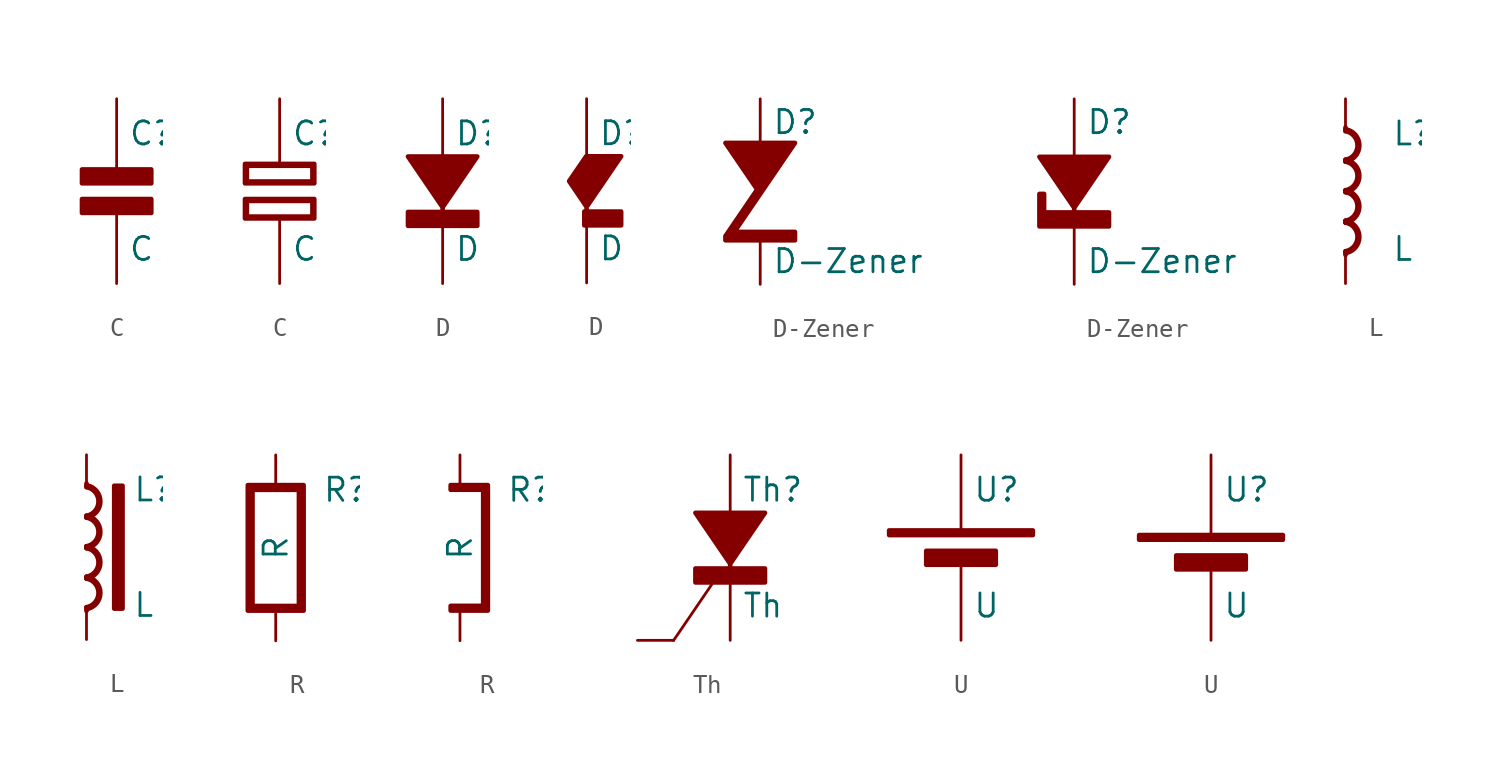
<source format=kicad_sym>
(kicad_symbol_lib
  (version 20211014)
  (generator kicad_symbol_editor)
  (symbol "C"
    (pin_numbers hide)
    (pin_names
      (offset 0) hide)
    (property "Reference" "C"
      (at 0.635 3.175 0)
      (effects (font (size 1.27 1.27)) (justify left)))
    (property "Value" "C"
      (at 0.635 -3.175 0)
      (effects (font (size 1.27 1.27)) (justify left)))
    (symbol "C_1_1"
      (rectangle (start -1.905 -0.432) (end 1.905 -1.194) (stroke (width 0.254) (type default) (color 0 0 0 0)) (fill (type outline)))
      (rectangle (start -1.905 1.194) (end 1.905 0.432) (stroke (width 0.254) (type default) (color 0 0 0 0)) (fill (type outline)))
      (pin passive line (at 0 5.08 270) (length 3.886) (name "+" (effects (font (size 1.27 1.27)))) (number "1" (effects (font (size 1.27 1.27)))))
      (pin passive line (at 0 -5.08 90) (length 3.886) (name "-" (effects (font (size 1.27 1.27)))) (number "2" (effects (font (size 1.27 1.27))))))
    (symbol "C_1_2"
      (polyline (pts (xy -1.905 -1.499) (xy 1.905 -1.499) (xy 1.905 -0.432) (xy -1.905 -0.432) (xy -1.905 -1.499) (xy -1.803 -1.397) (xy -1.803 -0.533) (xy 1.803 -0.533) (xy 1.803 -1.397) (xy -1.803 -1.397) (xy -1.905 -1.499)) (stroke (width 0.254) (type default) (color 0 0 0 0)) (fill (type outline)))
      (polyline (pts (xy -1.905 0.432) (xy 1.905 0.432) (xy 1.905 1.499) (xy -1.905 1.499) (xy -1.905 0.432) (xy -1.803 0.533) (xy -1.803 1.397) (xy 1.803 1.397) (xy 1.803 0.533) (xy -1.803 0.533) (xy -1.905 0.432)) (stroke (width 0.254) (type default) (color 0 0 0 0)) (fill (type outline)))
      (pin passive line (at 0 5.08 270) (length 3.581) (name "+" (effects (font (size 1.27 1.27)))) (number "1" (effects (font (size 1.27 1.27)))))
      (pin passive line (at 0 -5.08 90) (length 3.581) (name "-" (effects (font (size 1.27 1.27)))) (number "2" (effects (font (size 1.27 1.27)))))))
  (symbol "D"
    (pin_numbers hide)
    (pin_names
      (offset 0) hide)
    (property "Reference" "D"
      (at 0.635 3.175 0)
      (effects (font (size 1.27 1.27)) (justify left)))
    (property "Value" "D"
      (at 0.635 -3.175 0)
      (effects (font (size 1.27 1.27)) (justify left)))
    (symbol "D_1_0"
      (pin passive line (at 0 -5.08 90) (length 3.175) (name "K-" (effects (font (size 1.27 1.27)))) (number "1" (effects (font (size 1.27 1.27)))))
      (pin passive line (at 0 5.08 270) (length 3.175) (name "A+" (effects (font (size 1.27 1.27)))) (number "2" (effects (font (size 1.27 1.27))))))
    (symbol "D_1_1"
      (polyline (pts (xy -1.905 -1.905) (xy 1.905 -1.905) (xy 1.905 -1.143) (xy 0 -1.143) (xy 0 -0.889) (xy 1.905 1.905) (xy -1.905 1.905) (xy 0 -0.889) (xy 0 -1.143) (xy -1.905 -1.143) (xy -1.905 -1.905)) (stroke (width 0.254) (type default) (color 0 0 0 0)) (fill (type outline))))
    (symbol "D_1_2"
      (polyline (pts (xy -0.127 -1.905) (xy 1.905 -1.905) (xy 1.905 -1.143) (xy 0 -1.143) (xy 0 -0.889) (xy 1.905 1.905) (xy -0.025 1.905) (xy -0.965 0.533) (xy 0 -0.889) (xy 0 -1.143) (xy -0.127 -1.143) (xy -0.127 -1.905)) (stroke (width 0.254) (type default) (color 0 0 0 0)) (fill (type outline)))))
  (symbol "D-Zener"
    (pin_numbers hide)
    (pin_names
      (offset 0) hide)
    (property "Reference" "D"
      (at 0.635 3.81 0)
      (effects (font (size 1.27 1.27)) (justify left)))
    (property "Value" "D-Zener"
      (at 0.635 -3.81 0)
      (effects (font (size 1.27 1.27)) (justify left)))
    (symbol "D-Zener_1_1"
      (polyline (pts (xy 0 -0.127) (xy -1.905 2.667) (xy 1.905 2.667) (xy -1.524 -2.362) (xy -1.524 -2.21) (xy 1.905 -2.21) (xy 1.905 -2.667) (xy -1.905 -2.667) (xy -1.905 -2.438) (xy 0 0.356) (xy 0 -0.127)) (stroke (width 0.254) (type default) (color 0 0 0 0)) (fill (type outline)))
      (pin passive line (at 0 -5.08 90) (length 2.413) (name "K-" (effects (font (size 1.27 1.27)))) (number "1" (effects (font (size 1.27 1.27)))))
      (pin passive line (at 0 5.08 270) (length 2.413) (name "A+" (effects (font (size 1.27 1.27)))) (number "2" (effects (font (size 1.27 1.27))))))
    (symbol "D-Zener_1_2"
      (polyline (pts (xy -1.905 -1.905) (xy 1.905 -1.905) (xy 1.905 -1.143) (xy 0 -1.143) (xy 0 -0.889) (xy 1.905 1.905) (xy -1.905 1.905) (xy 0 -0.889) (xy 0 -1.143) (xy -1.651 -1.143) (xy -1.651 -0.127) (xy -1.905 -0.127) (xy -1.905 -1.905)) (stroke (width 0.254) (type default) (color 0 0 0 0)) (fill (type outline)))
      (pin passive line (at 0 -5.08 90) (length 3.175) (name "K-" (effects (font (size 1.27 1.27)))) (number "1" (effects (font (size 1.27 1.27)))))
      (pin passive line (at 0 5.08 270) (length 3.175) (name "A+" (effects (font (size 1.27 1.27)))) (number "2" (effects (font (size 1.27 1.27))))))
    (symbol "D-Zener_1_3"
      (polyline (pts (xy -1.905 -1.905) (xy 1.651 -1.905) (xy 1.651 -2.921) (xy 1.905 -2.921) (xy 1.905 -1.143) (xy 0 -1.143) (xy 0 -0.889) (xy 1.905 1.905) (xy -1.905 1.905) (xy 0 -0.889) (xy 0 -1.143) (xy -1.651 -1.143) (xy -1.651 -0.127) (xy -1.905 -0.127) (xy -1.905 -1.905)) (stroke (width 0.254) (type default) (color 0 0 0 0)) (fill (type outline)))
      (pin passive line (at 0 -5.08 90) (length 3.175) (name "K-" (effects (font (size 1.27 1.27)))) (number "1" (effects (font (size 1.27 1.27)))))
      (pin passive line (at 0 5.08 270) (length 3.175) (name "A+" (effects (font (size 1.27 1.27)))) (number "2" (effects (font (size 1.27 1.27)))))))
  (symbol "L"
    (pin_numbers hide)
    (pin_names
      (offset 0) hide)
    (property "Reference" "L"
      (at 2.54 3.175 0)
      (effects (font (size 1.27 1.27)) (justify left)))
    (property "Value" "L"
      (at 2.54 -3.175 0)
      (effects (font (size 1.27 1.27)) (justify left)))
    (symbol "L_1_0"
      (arc (start 0 -3.4036) (mid 0.762 -2.5146) (end 0 -1.6256) (stroke (width 0.254) (type default) (color 0 0 0 0)) (fill (type none)))
      (arc (start 0 -3.302) (mid 0.6604 -2.5146) (end 0 -1.7272) (stroke (width 0.254) (type default) (color 0 0 0 0)) (fill (type none)))
      (arc (start 0 -1.7272) (mid 0.762 -0.8382) (end 0 0.0508) (stroke (width 0.254) (type default) (color 0 0 0 0)) (fill (type none)))
      (arc (start 0 -1.6256) (mid 0.6604 -0.8382) (end 0 -0.0508) (stroke (width 0.254) (type default) (color 0 0 0 0)) (fill (type none)))
      (arc (start 0 -0.0508) (mid 0.762 0.8382) (end 0 1.7272) (stroke (width 0.254) (type default) (color 0 0 0 0)) (fill (type none)))
      (polyline (pts (xy 0 -3.302) (xy 0 -3.505)) (stroke (width 0.254) (type default) (color 0 0 0 0)) (fill (type none)))
      (polyline (pts (xy 0 -1.626) (xy 0 -1.727)) (stroke (width 0.254) (type default) (color 0 0 0 0)) (fill (type none)))
      (polyline (pts (xy 0 0.051) (xy 0 -0.051)) (stroke (width 0.254) (type default) (color 0 0 0 0)) (fill (type none)))
      (polyline (pts (xy 0 1.727) (xy 0 1.626)) (stroke (width 0.254) (type default) (color 0 0 0 0)) (fill (type none)))
      (polyline (pts (xy 0 3.505) (xy 0 3.302)) (stroke (width 0.254) (type default) (color 0 0 0 0)) (fill (type none)))
      (arc (start 0 0.0508) (mid 0.6604 0.8382) (end 0 1.6256) (stroke (width 0.254) (type default) (color 0 0 0 0)) (fill (type none)))
      (arc (start 0 1.6256) (mid 0.762 2.5146) (end 0 3.4036) (stroke (width 0.254) (type default) (color 0 0 0 0)) (fill (type none)))
      (arc (start 0 1.7272) (mid 0.6604 2.5146) (end 0 3.302) (stroke (width 0.254) (type default) (color 0 0 0 0)) (fill (type none)))
      (pin passive line (at 0 5.08 270) (length 1.575) (name "+" (effects (font (size 1.27 1.27)))) (number "1" (effects (font (size 1.27 1.27)))))
      (pin passive line (at 0 -5.08 90) (length 1.575) (name "-" (effects (font (size 1.27 1.27)))) (number "2" (effects (font (size 1.27 1.27))))))
    (symbol "L_1_2"
      (rectangle (start 1.524 3.378) (end 1.981 -3.378) (stroke (width 0.254) (type default) (color 0 0 0 0)) (fill (type outline))))
    (symbol "L_1_3"
      (rectangle (start 1.524 -1.93) (end 1.981 -3.099) (stroke (width 0.254) (type default) (color 0 0 0 0)) (fill (type outline)))
      (rectangle (start 1.524 -0.254) (end 1.981 -1.422) (stroke (width 0.254) (type default) (color 0 0 0 0)) (fill (type outline)))
      (rectangle (start 1.524 1.422) (end 1.981 0.254) (stroke (width 0.254) (type default) (color 0 0 0 0)) (fill (type outline)))
      (rectangle (start 1.524 3.099) (end 1.981 1.93) (stroke (width 0.254) (type default) (color 0 0 0 0)) (fill (type outline)))))
  (symbol "R"
    (pin_numbers hide)
    (pin_names
      (offset 0) hide)
    (property "Reference" "R"
      (at 2.54 3.175 0)
      (effects (font (size 1.27 1.27)) (justify left)))
    (property "Value" "R"
      (at 0 0 90)
      (effects (font (size 1.27 1.27))))
    (symbol "R_1_1"
      (polyline (pts (xy -1.524 -3.429) (xy 1.524 -3.429) (xy 1.524 3.429) (xy -1.524 3.429) (xy -1.524 -3.429) (xy -1.27 -3.175) (xy -1.27 3.175) (xy 1.27 3.175) (xy 1.27 -3.175) (xy -1.27 -3.175) (xy -1.524 -3.429)) (stroke (width 0.254) (type default) (color 0 0 0 0)) (fill (type outline)))
      (pin passive line (at 0 5.08 270) (length 1.651) (name "+" (effects (font (size 1.27 1.27)))) (number "1" (effects (font (size 1.27 1.27)))))
      (pin passive line (at 0 -5.08 90) (length 1.651) (name "-" (effects (font (size 1.27 1.27)))) (number "2" (effects (font (size 1.27 1.27))))))
    (symbol "R_1_2"
      (polyline (pts (xy -0.508 -3.429) (xy 1.524 -3.429) (xy 1.524 3.429) (xy -0.508 3.429) (xy -0.508 3.175) (xy 1.27 3.175) (xy 1.27 -3.175) (xy -0.508 -3.175) (xy -0.508 -3.429)) (stroke (width 0.254) (type default) (color 0 0 0 0)) (fill (type outline)))
      (pin passive line (at 0 5.08 270) (length 1.651) (name "+" (effects (font (size 1.27 1.27)))) (number "1" (effects (font (size 1.27 1.27)))))
      (pin passive line (at 0 -5.08 90) (length 1.651) (name "-" (effects (font (size 1.27 1.27)))) (number "2" (effects (font (size 1.27 1.27))))))
    (symbol "R_1_3"
      (polyline (pts (xy 0 3.48) (xy 0 3.2) (xy 0.711 2.794) (xy -1.194 1.676) (xy 0.711 0.559) (xy -1.194 -0.559) (xy 0.711 -1.676) (xy -1.194 -2.794) (xy 0 -3.48) (xy 0 -3.2) (xy -0.711 -2.794) (xy 1.194 -1.676) (xy -0.711 -0.559) (xy 1.194 0.559) (xy -0.711 1.676) (xy 1.194 2.794) (xy 0 3.48)) (stroke (width 0.254) (type default) (color 0 0 0 0)) (fill (type outline)))
      (pin passive line (at 0 5.08 270) (length 1.6) (name "+" (effects (font (size 1.27 1.27)))) (number "1" (effects (font (size 1.27 1.27)))))
      (pin passive line (at 0 -5.08 90) (length 1.6) (name "-" (effects (font (size 1.27 1.27)))) (number "2" (effects (font (size 1.27 1.27))))))
    (symbol "R_1_4"
      (polyline (pts (xy 0 4.547) (xy 0 4.267) (xy 0.051 4.242) (xy 1.016 3.683) (xy -1.524 2.21) (xy 1.016 0.737) (xy -1.524 -0.737) (xy 1.016 -2.21) (xy -1.524 -3.683) (xy -0.076 -4.521) (xy 0 -4.547) (xy 0 -4.267) (xy -0.051 -4.242) (xy -1.016 -3.683) (xy 1.524 -2.21) (xy -1.016 -0.737) (xy 1.524 0.737) (xy -1.016 2.21) (xy 1.524 3.683) (xy 0.076 4.521) (xy 0 4.547)) (stroke (width 0.254) (type default) (color 0 0 0 0)) (fill (type outline)))
      (pin passive line (at 0 5.08 270) (length 0.533) (name "+" (effects (font (size 1.27 1.27)))) (number "1" (effects (font (size 1.27 1.27)))))
      (pin passive line (at 0 -5.08 90) (length 0.533) (name "-" (effects (font (size 1.27 1.27)))) (number "2" (effects (font (size 1.27 1.27)))))))
  (symbol "Th"
    (pin_numbers hide)
    (pin_names
      (offset 0) hide)
    (property "Reference" "Th"
      (at 0.635 3.175 0)
      (effects (font (size 1.27 1.27)) (justify left)))
    (property "Value" "Th"
      (at 0.635 -3.175 0)
      (effects (font (size 1.27 1.27)) (justify left)))
    (symbol "Th_1_1"
      (polyline (pts (xy -0.813 -1.727) (xy -3.099 -5.08)) (stroke (width 0) (type default) (color 0 0 0 0)) (fill (type none)))
      (polyline (pts (xy -1.905 -1.905) (xy 1.905 -1.905) (xy 1.905 -1.143) (xy 0 -1.143) (xy 0 -0.889) (xy 1.905 1.905) (xy -1.905 1.905) (xy 0 -0.889) (xy 0 -1.143) (xy -1.905 -1.143) (xy -1.905 -1.905)) (stroke (width 0.254) (type default) (color 0 0 0 0)) (fill (type outline)))
      (pin passive line (at 0 -5.08 90) (length 3.175) (name "K-" (effects (font (size 1.27 1.27)))) (number "1" (effects (font (size 1.27 1.27)))))
      (pin passive line (at 0 5.08 270) (length 3.175) (name "A+" (effects (font (size 1.27 1.27)))) (number "2" (effects (font (size 1.27 1.27)))))
      (pin passive line (at -5.08 -5.08 0) (length 1.981) (name "G" (effects (font (size 1.27 1.27)))) (number "3" (effects (font (size 1.27 1.27)))))))
  (symbol "U"
    (pin_numbers hide)
    (pin_names
      (offset 0) hide)
    (property "Reference" "U"
      (at 0.635 3.175 0)
      (effects (font (size 1.27 1.27)) (justify left)))
    (property "Value" "U"
      (at 0.635 -3.175 0)
      (effects (font (size 1.27 1.27)) (justify left)))
    (symbol "U_1_1"
      (rectangle (start -3.937 0.94) (end 3.937 0.686) (stroke (width 0.254) (type default) (color 0 0 0 0)) (fill (type outline)))
      (rectangle (start -1.905 -0.178) (end 1.905 -0.94) (stroke (width 0.254) (type default) (color 0 0 0 0)) (fill (type outline)))
      (pin passive line (at 0 5.08 270) (length 4.14) (name "+" (effects (font (size 1.27 1.27)))) (number "1" (effects (font (size 1.27 1.27)))))
      (pin passive line (at 0 -5.08 90) (length 4.14) (name "-" (effects (font (size 1.27 1.27)))) (number "2" (effects (font (size 1.27 1.27))))))
    (symbol "U_1_2"
      (rectangle (start -3.937 0.686) (end 3.937 0.432) (stroke (width 0.254) (type default) (color 0 0 0 0)) (fill (type outline)))
      (rectangle (start -1.905 -0.432) (end 1.905 -1.194) (stroke (width 0.254) (type default) (color 0 0 0 0)) (fill (type outline)))
      (pin passive line (at 0 5.08 270) (length 4.394) (name "+" (effects (font (size 1.27 1.27)))) (number "1" (effects (font (size 1.27 1.27)))))
      (pin passive line (at 0 -5.08 90) (length 3.886) (name "-" (effects (font (size 1.27 1.27)))) (number "2" (effects (font (size 1.27 1.27))))))))
</source>
